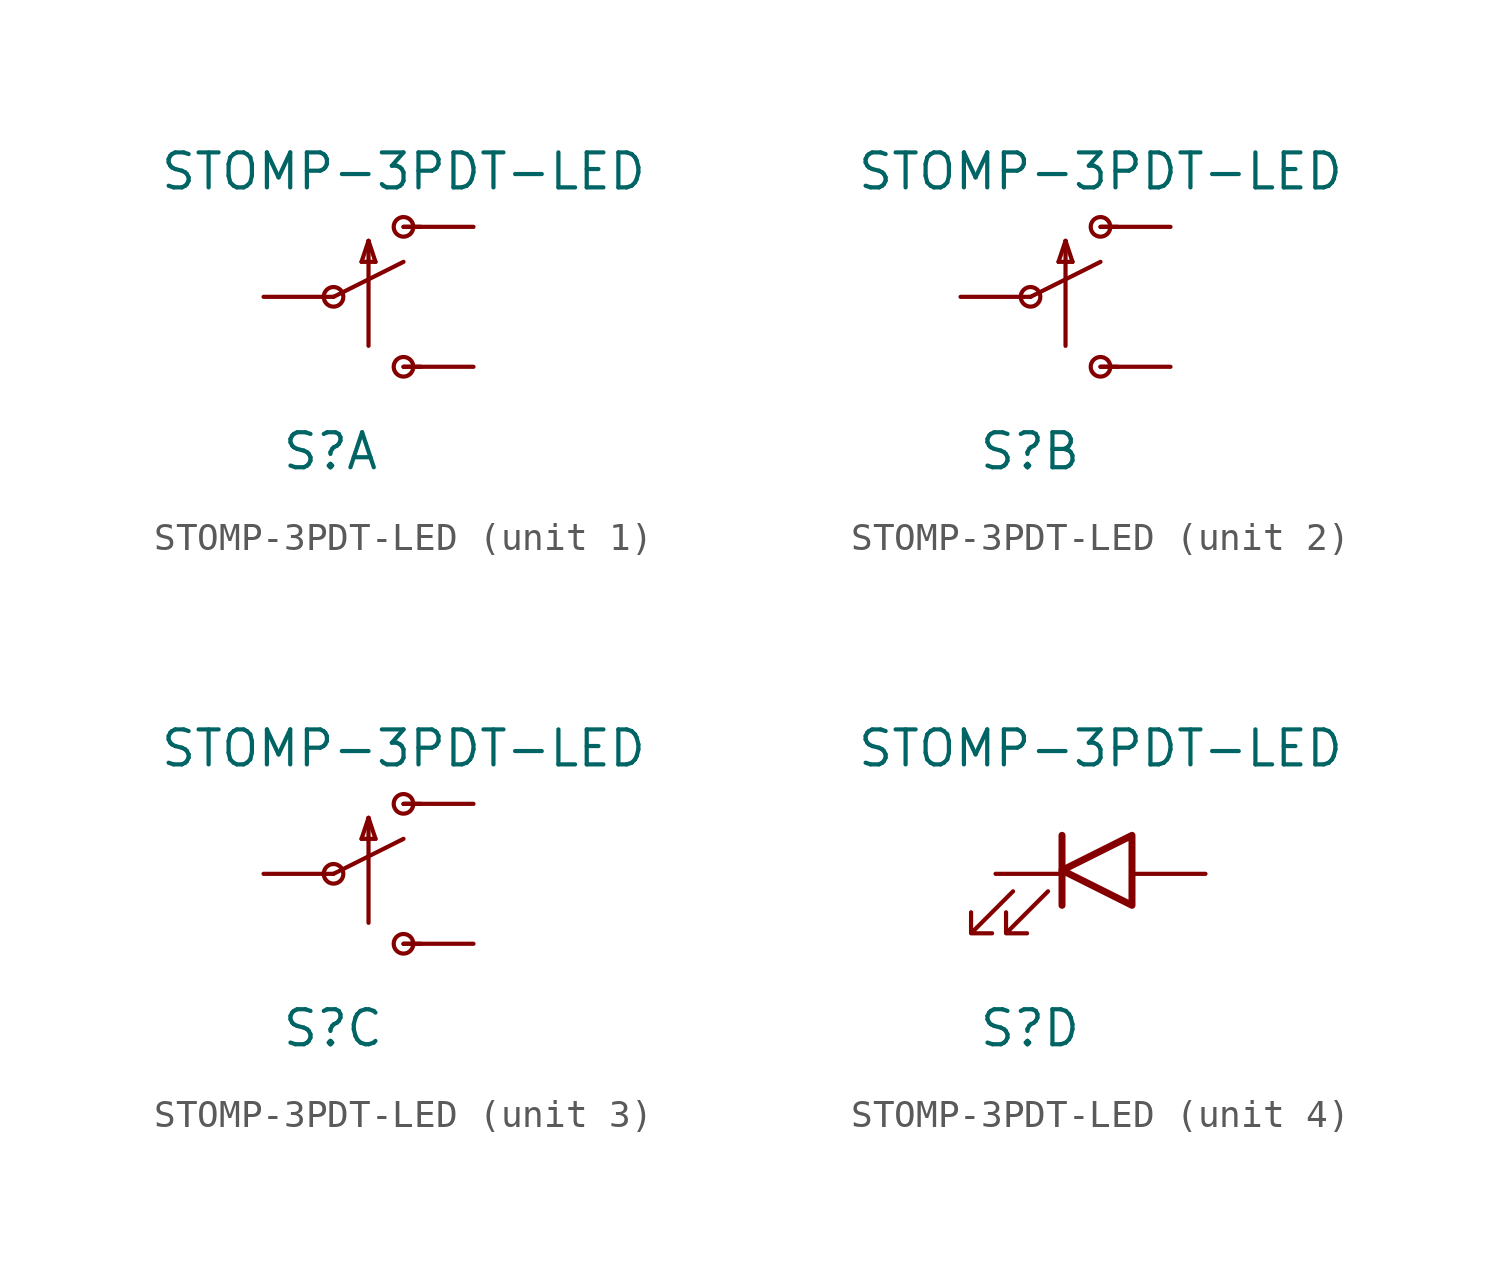
<source format=kicad_sym>
(kicad_symbol_lib
  (version 20211014)
  (generator kicad_symbol_editor)
  (symbol "STOMP-3PDT-LED"
    (pin_numbers hide)
    (pin_names
      (offset 1.016) hide)
    (property "Reference" "S"
      (at -4.445 -6.35 0)
      (effects (font (size 1.27 1.27)) (justify left bottom)))
    (property "Value" "STOMP-3PDT-LED"
      (at 0 3.81 0)
      (effects (font (size 1.27 1.27)) (justify bottom)))
    (property "ki_locked" ""
      (at 0 0 0)
      (effects (font (size 1.27 1.27))))
    (symbol "STOMP-3PDT-LED_1_0"
      (polyline (pts (xy -2.54 0) (xy 0 1.27)) (stroke (width 0) (type default) (color 0 0 0 0)) (fill (type none)))
      (polyline (pts (xy -1.524 1.27) (xy -1.016 1.27)) (stroke (width 0) (type default) (color 0 0 0 0)) (fill (type none)))
      (polyline (pts (xy -1.27 -1.778) (xy -1.27 2.032)) (stroke (width 0) (type default) (color 0 0 0 0)) (fill (type none)))
      (polyline (pts (xy -1.27 2.032) (xy -1.524 1.27)) (stroke (width 0) (type default) (color 0 0 0 0)) (fill (type none)))
      (polyline (pts (xy -1.016 1.27) (xy -1.27 2.032)) (stroke (width 0) (type default) (color 0 0 0 0)) (fill (type none)))
      (polyline (pts (xy 0 -2.54) (xy 0.635 -2.54)) (stroke (width 0) (type default) (color 0 0 0 0)) (fill (type none)))
      (polyline (pts (xy 0 2.54) (xy 0.635 2.54)) (stroke (width 0) (type default) (color 0 0 0 0)) (fill (type none))))
    (symbol "STOMP-3PDT-LED_1_1"
      (circle (center -2.54 0) (radius 0.356) (stroke (width 0) (type default) (color 0 0 0 0)) (fill (type none)))
      (circle (center 0 -2.54) (radius 0.356) (stroke (width 0) (type default) (color 0 0 0 0)) (fill (type none)))
      (circle (center 0 2.54) (radius 0.356) (stroke (width 0) (type default) (color 0 0 0 0)) (fill (type none)))
      (pin passive line (at 2.54 2.54 180) (length 2.54) (name "O" (effects (font (size 1.016 1.016)))) (number "P$1" (effects (font (size 1.016 1.016)))))
      (pin passive line (at -5.08 0 0) (length 2.54) (name "P" (effects (font (size 1.016 1.016)))) (number "P$2" (effects (font (size 1.016 1.016)))))
      (pin passive line (at 2.54 -2.54 180) (length 2.54) (name "S" (effects (font (size 1.016 1.016)))) (number "P$3" (effects (font (size 1.016 1.016))))))
    (symbol "STOMP-3PDT-LED_2_0"
      (polyline (pts (xy -2.54 0) (xy 0 1.27)) (stroke (width 0) (type default) (color 0 0 0 0)) (fill (type none)))
      (polyline (pts (xy -1.524 1.27) (xy -1.016 1.27)) (stroke (width 0) (type default) (color 0 0 0 0)) (fill (type none)))
      (polyline (pts (xy -1.27 -1.778) (xy -1.27 2.032)) (stroke (width 0) (type default) (color 0 0 0 0)) (fill (type none)))
      (polyline (pts (xy -1.27 2.032) (xy -1.524 1.27)) (stroke (width 0) (type default) (color 0 0 0 0)) (fill (type none)))
      (polyline (pts (xy -1.016 1.27) (xy -1.27 2.032)) (stroke (width 0) (type default) (color 0 0 0 0)) (fill (type none)))
      (polyline (pts (xy 0 -2.54) (xy 0.635 -2.54)) (stroke (width 0) (type default) (color 0 0 0 0)) (fill (type none)))
      (polyline (pts (xy 0 2.54) (xy 0.635 2.54)) (stroke (width 0) (type default) (color 0 0 0 0)) (fill (type none))))
    (symbol "STOMP-3PDT-LED_2_1"
      (circle (center -2.54 0) (radius 0.356) (stroke (width 0) (type default) (color 0 0 0 0)) (fill (type none)))
      (circle (center 0 -2.54) (radius 0.356) (stroke (width 0) (type default) (color 0 0 0 0)) (fill (type none)))
      (circle (center 0 2.54) (radius 0.356) (stroke (width 0) (type default) (color 0 0 0 0)) (fill (type none)))
      (pin passive line (at 2.54 2.54 180) (length 2.54) (name "O" (effects (font (size 1.016 1.016)))) (number "P$4" (effects (font (size 1.016 1.016)))))
      (pin passive line (at -5.08 0 0) (length 2.54) (name "P" (effects (font (size 1.016 1.016)))) (number "P$5" (effects (font (size 1.016 1.016)))))
      (pin passive line (at 2.54 -2.54 180) (length 2.54) (name "S" (effects (font (size 1.016 1.016)))) (number "P$6" (effects (font (size 1.016 1.016))))))
    (symbol "STOMP-3PDT-LED_3_0"
      (polyline (pts (xy -2.54 0) (xy 0 1.27)) (stroke (width 0) (type default) (color 0 0 0 0)) (fill (type none)))
      (polyline (pts (xy -1.524 1.27) (xy -1.016 1.27)) (stroke (width 0) (type default) (color 0 0 0 0)) (fill (type none)))
      (polyline (pts (xy -1.27 -1.778) (xy -1.27 2.032)) (stroke (width 0) (type default) (color 0 0 0 0)) (fill (type none)))
      (polyline (pts (xy -1.27 2.032) (xy -1.524 1.27)) (stroke (width 0) (type default) (color 0 0 0 0)) (fill (type none)))
      (polyline (pts (xy -1.016 1.27) (xy -1.27 2.032)) (stroke (width 0) (type default) (color 0 0 0 0)) (fill (type none)))
      (polyline (pts (xy 0 -2.54) (xy 0.635 -2.54)) (stroke (width 0) (type default) (color 0 0 0 0)) (fill (type none)))
      (polyline (pts (xy 0 2.54) (xy 0.635 2.54)) (stroke (width 0) (type default) (color 0 0 0 0)) (fill (type none))))
    (symbol "STOMP-3PDT-LED_3_1"
      (circle (center -2.54 0) (radius 0.356) (stroke (width 0) (type default) (color 0 0 0 0)) (fill (type none)))
      (circle (center 0 -2.54) (radius 0.356) (stroke (width 0) (type default) (color 0 0 0 0)) (fill (type none)))
      (circle (center 0 2.54) (radius 0.356) (stroke (width 0) (type default) (color 0 0 0 0)) (fill (type none)))
      (pin passive line (at 2.54 2.54 180) (length 2.54) (name "O" (effects (font (size 1.016 1.016)))) (number "P$7" (effects (font (size 1.016 1.016)))))
      (pin passive line (at -5.08 0 0) (length 2.54) (name "P" (effects (font (size 1.016 1.016)))) (number "P$8" (effects (font (size 1.016 1.016)))))
      (pin passive line (at 2.54 -2.54 180) (length 2.54) (name "S" (effects (font (size 1.016 1.016)))) (number "P$9" (effects (font (size 1.016 1.016))))))
    (symbol "STOMP-3PDT-LED_4_1"
      (polyline (pts (xy -1.397 -1.143) (xy -1.397 1.397)) (stroke (width 0.254) (type default) (color 0 0 0 0)) (fill (type none)))
      (polyline (pts (xy 1.143 -1.143) (xy 1.143 1.397) (xy -1.397 0.127) (xy 1.143 -1.143)) (stroke (width 0.254) (type default) (color 0 0 0 0)) (fill (type none)))
      (polyline (pts (xy -3.175 -0.635) (xy -4.699 -2.159) (xy -3.937 -2.159) (xy -4.699 -2.159) (xy -4.699 -1.397)) (stroke (width 0) (type default) (color 0 0 0 0)) (fill (type none)))
      (polyline (pts (xy -1.905 -0.635) (xy -3.429 -2.159) (xy -2.667 -2.159) (xy -3.429 -2.159) (xy -3.429 -1.397)) (stroke (width 0) (type default) (color 0 0 0 0)) (fill (type none)))
      (pin passive line (at 3.81 0 180) (length 2.54) (name "A" (effects (font (size 1.27 1.27)))) (number "P$10" (effects (font (size 1.27 1.27)))))
      (pin passive line (at -3.81 0 0) (length 2.54) (name "K" (effects (font (size 1.27 1.27)))) (number "P$11" (effects (font (size 1.27 1.27))))))))
</source>
